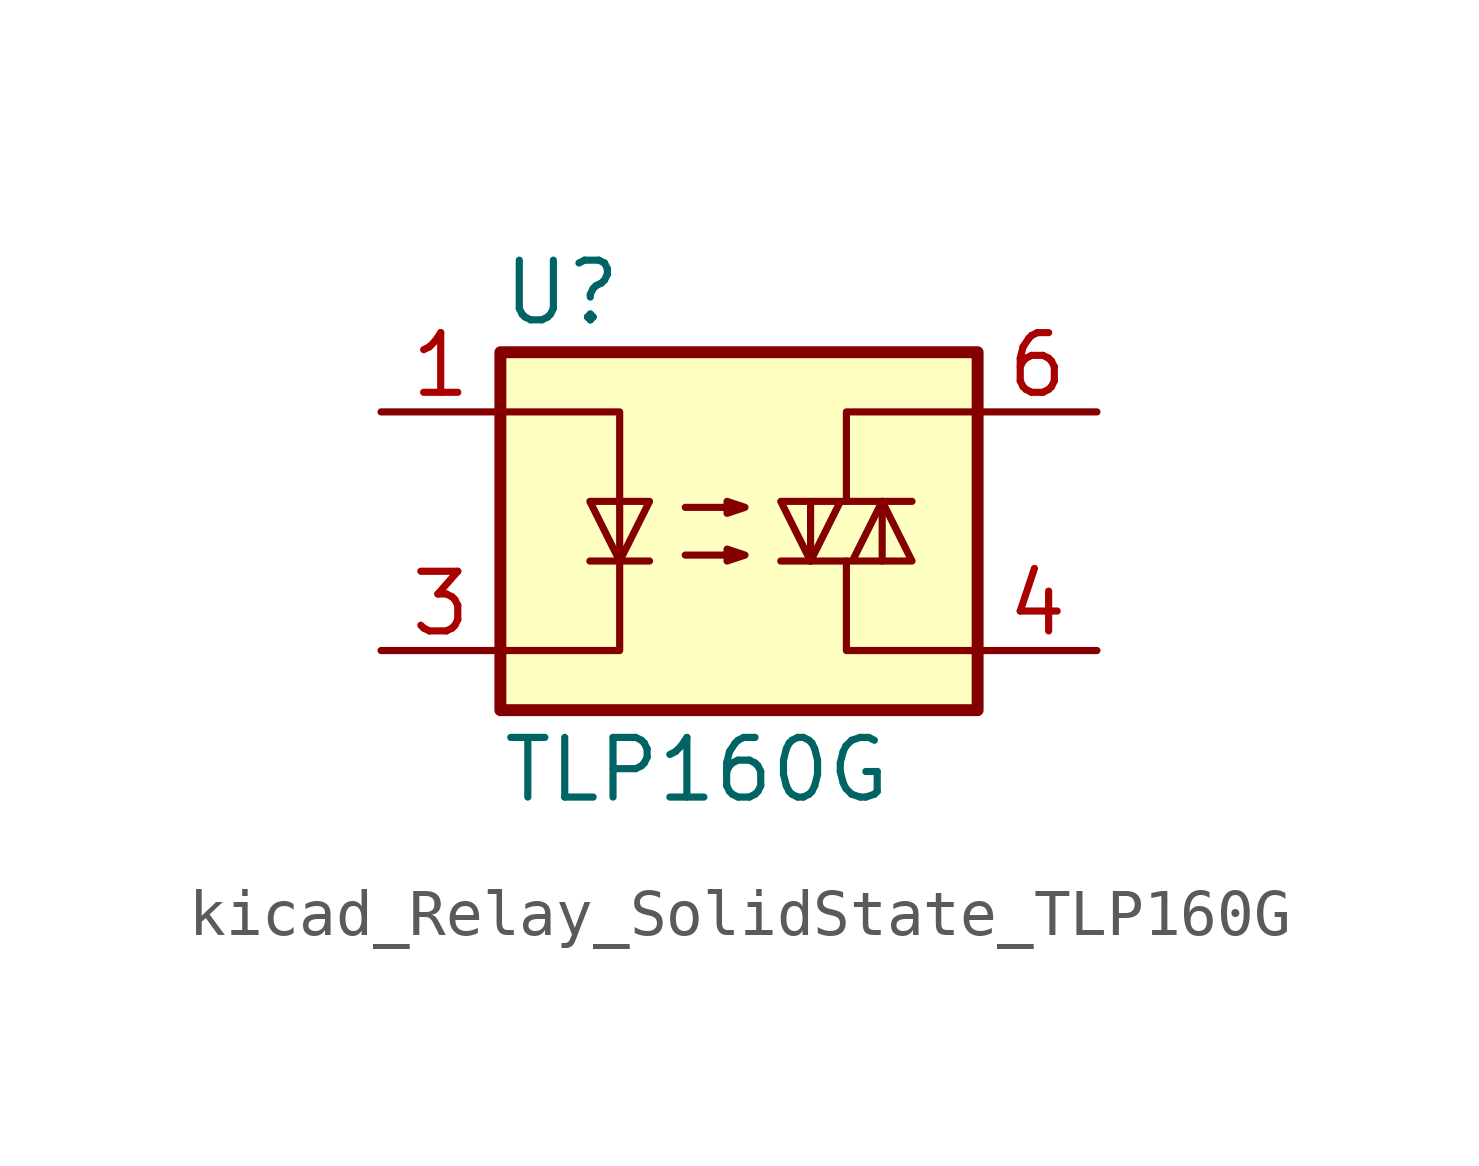
<source format=kicad_sym>
(kicad_symbol_lib
  (version 20220914)
  (generator kicad_symbol_editor)
  (symbol "kicad_Relay_SolidState_TLP160G"
    (property "Reference" "U"
      (at -5.08 5.08 0)
      (effects (font (size 1.27 1.27)) (justify left)))
    (property "Value" "TLP160G"
      (at -5.08 -5.08 0)
      (effects (font (size 1.27 1.27)) (justify left)))
    (symbol "kicad_Relay_SolidState_TLP160G_0_1"
      (rectangle (start -5.08 3.81) (end 5.08 -3.81) (stroke (width 0.254) (type default)) (fill (type background)))
      (polyline (pts (xy -3.175 -0.635) (xy -1.905 -0.635)) (stroke (width 0) (type default)) (fill (type none)))
      (polyline (pts (xy 1.524 -0.635) (xy 1.524 0.635)) (stroke (width 0) (type default)) (fill (type none)))
      (polyline (pts (xy 3.048 0.635) (xy 3.048 -0.635)) (stroke (width 0) (type default)) (fill (type none)))
      (polyline (pts (xy 2.286 -0.635) (xy 2.286 -2.54) (xy 5.08 -2.54)) (stroke (width 0) (type default)) (fill (type none)))
      (polyline (pts (xy 2.286 0.635) (xy 2.286 2.54) (xy 5.08 2.54)) (stroke (width 0) (type default)) (fill (type none)))
      (polyline (pts (xy -5.08 2.54) (xy -2.54 2.54) (xy -2.54 -2.54) (xy -5.08 -2.54)) (stroke (width 0) (type default)) (fill (type none)))
      (polyline (pts (xy -2.54 -0.635) (xy -3.175 0.635) (xy -1.905 0.635) (xy -2.54 -0.635)) (stroke (width 0) (type default)) (fill (type none)))
      (polyline (pts (xy 0.889 -0.635) (xy 3.683 -0.635) (xy 3.048 0.635) (xy 2.413 -0.635)) (stroke (width 0) (type default)) (fill (type none)))
      (polyline (pts (xy 3.683 0.635) (xy 0.889 0.635) (xy 1.524 -0.635) (xy 2.159 0.635)) (stroke (width 0) (type default)) (fill (type none)))
      (polyline (pts (xy -1.143 -0.508) (xy 0.127 -0.508) (xy -0.254 -0.635) (xy -0.254 -0.381) (xy 0.127 -0.508)) (stroke (width 0) (type default)) (fill (type none)))
      (polyline (pts (xy -1.143 0.508) (xy 0.127 0.508) (xy -0.254 0.381) (xy -0.254 0.635) (xy 0.127 0.508)) (stroke (width 0) (type default)) (fill (type none))))
    (symbol "kicad_Relay_SolidState_TLP160G_1_1"
      (pin passive line (at -7.62 2.54 0) (length 2.54) (name "~" (effects (font (size 1.27 1.27)))) (number "1" (effects (font (size 1.27 1.27)))))
      (pin passive line (at -7.62 -2.54 0) (length 2.54) (name "~" (effects (font (size 1.27 1.27)))) (number "3" (effects (font (size 1.27 1.27)))))
      (pin passive line (at 7.62 -2.54 180) (length 2.54) (name "~" (effects (font (size 1.27 1.27)))) (number "4" (effects (font (size 1.27 1.27)))))
      (pin passive line (at 7.62 2.54 180) (length 2.54) (name "~" (effects (font (size 1.27 1.27)))) (number "6" (effects (font (size 1.27 1.27))))))))
</source>
